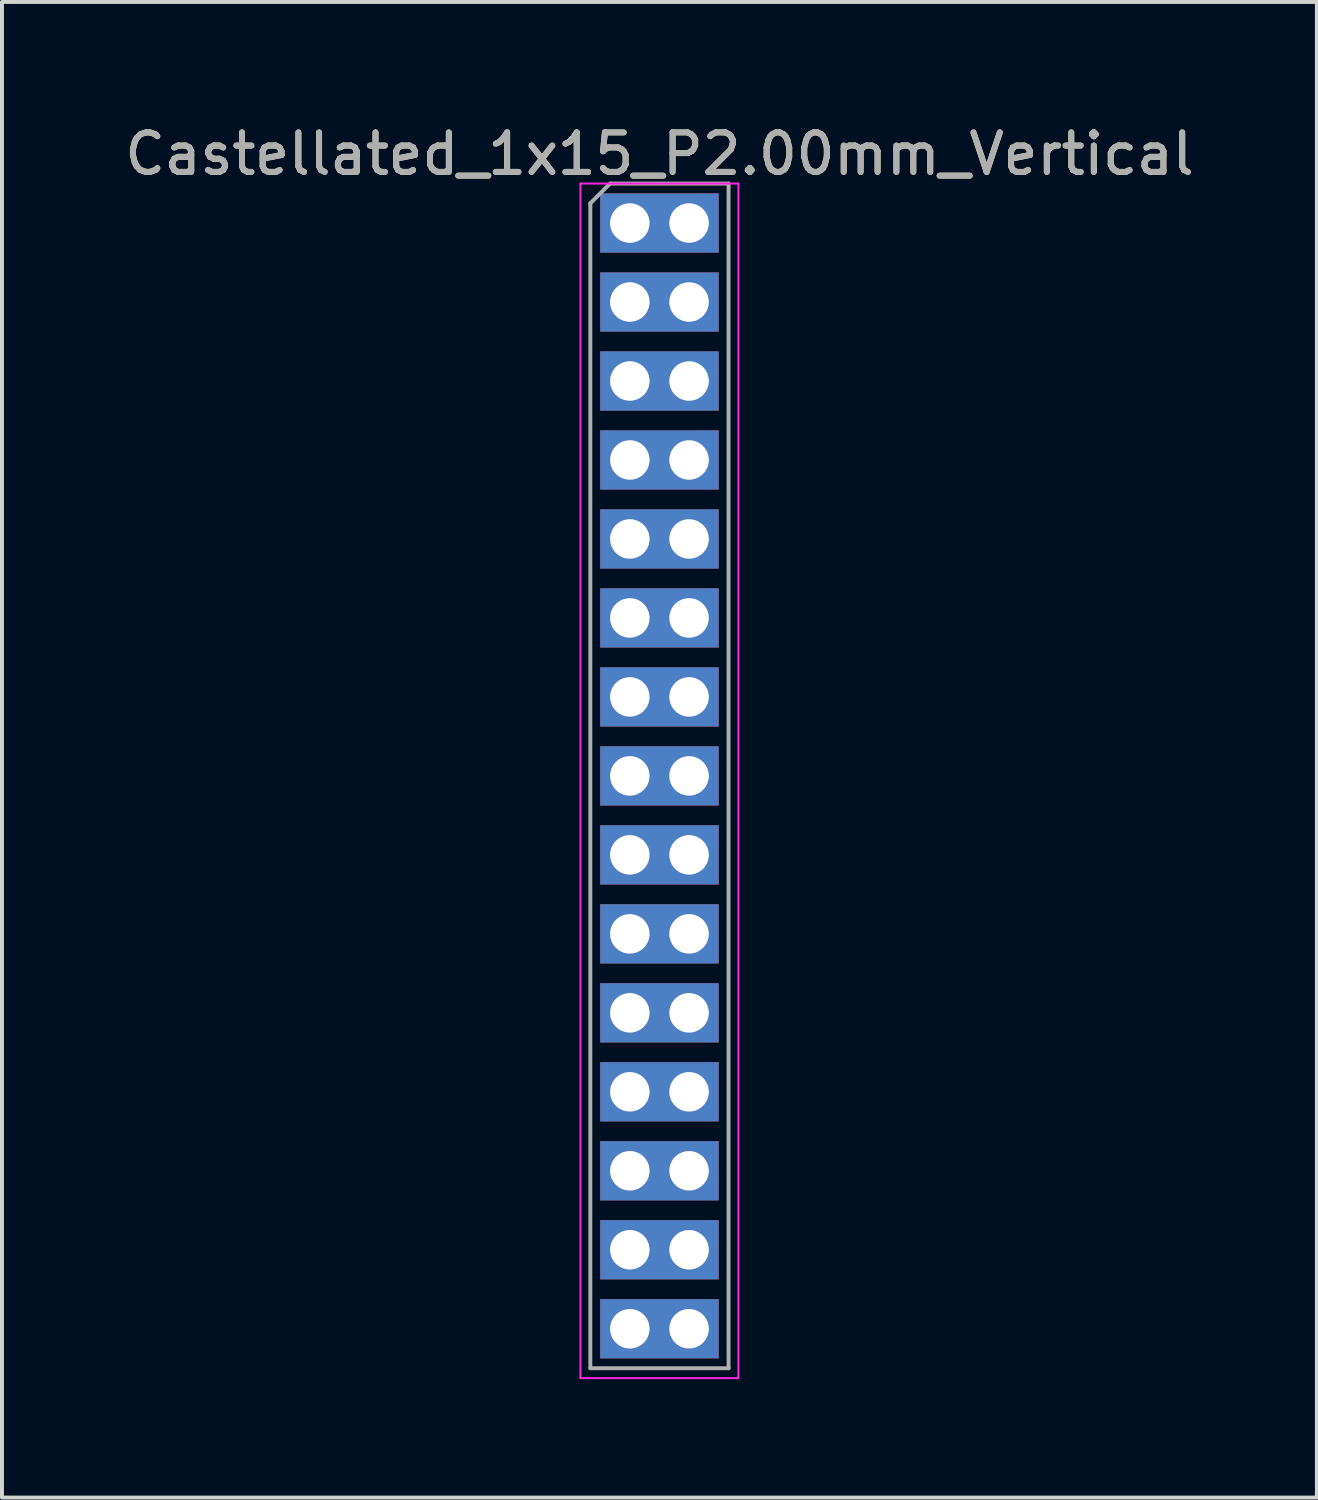
<source format=kicad_pcb>
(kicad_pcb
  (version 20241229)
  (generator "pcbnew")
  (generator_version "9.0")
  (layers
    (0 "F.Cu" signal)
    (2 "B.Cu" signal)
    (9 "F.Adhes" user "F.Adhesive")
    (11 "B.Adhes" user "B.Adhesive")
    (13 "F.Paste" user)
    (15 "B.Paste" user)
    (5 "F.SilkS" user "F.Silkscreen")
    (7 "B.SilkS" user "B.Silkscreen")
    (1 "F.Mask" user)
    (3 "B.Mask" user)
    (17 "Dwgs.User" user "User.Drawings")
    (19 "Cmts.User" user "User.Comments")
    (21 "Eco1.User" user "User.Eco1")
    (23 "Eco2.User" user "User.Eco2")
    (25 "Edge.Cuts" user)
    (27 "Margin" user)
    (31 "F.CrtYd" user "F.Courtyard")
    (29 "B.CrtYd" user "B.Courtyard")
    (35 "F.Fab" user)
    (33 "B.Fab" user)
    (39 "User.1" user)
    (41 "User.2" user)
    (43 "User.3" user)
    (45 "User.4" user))
  (footprint "Castellated_1x15_P2.00mm_Vertical"
    (layer "F.Cu")
    (at 12.899 2.598)
    (property "Reference" "Castellated_1x15_P2.00mm_Vertical" (at 0.75 -1.75 0) (layer "F.SilkS") (effects (font (size 1 1) (thickness 0.15))))
    (attr through_hole)
    (fp_line (start -1.25 -1) (end -1.25 29.25) (stroke (width 0.05) (type solid)) (layer "F.CrtYd"))
    (fp_line (start -1.25 29.25) (end 2.75 29.25) (stroke (width 0.05) (type solid)) (layer "F.CrtYd"))
    (fp_line (start 2.75 -1) (end -1.25 -1) (stroke (width 0.05) (type solid)) (layer "F.CrtYd"))
    (fp_line (start 2.75 29.25) (end 2.75 -1) (stroke (width 0.05) (type solid)) (layer "F.CrtYd"))
    (fp_line (start -1 -0.5) (end -0.5 -1) (stroke (width 0.1) (type solid)) (layer "F.Fab"))
    (fp_line (start -1 29) (end -1 -0.5) (stroke (width 0.1) (type solid)) (layer "F.Fab"))
    (fp_line (start -0.5 -1) (end 2.5 -1) (stroke (width 0.1) (type solid)) (layer "F.Fab"))
    (fp_line (start 2.5 -1) (end 2.5 29) (stroke (width 0.1) (type solid)) (layer "F.Fab"))
    (fp_line (start 2.5 29) (end -1 29) (stroke (width 0.1) (type solid)) (layer "F.Fab"))
    (fp_text user "${REFERENCE}" (at 0.75 -1.75 180) (layer "F.Fab") (effects (font (size 1 1) (thickness 0.15))))
    (pad "1" thru_hole circle (at 0 0) (size 1.35 1.35) (drill 1) (layers "*.Cu" "*.Mask"))
    (pad "1" smd rect (at 0.75 0) (size 3 1.5) (layers "F.Cu" "F.Mask"))
    (pad "1" smd rect (at 0.75 0) (size 3 1.5) (layers "B.Cu" "B.Mask"))
    (pad "1" thru_hole circle (at 1.5 0) (size 1.35 1.35) (drill 1) (layers "*.Cu" "*.Mask"))
    (pad "2" thru_hole oval (at 0 2) (size 1.35 1.35) (drill 1) (layers "*.Cu" "*.Mask"))
    (pad "2" smd rect (at 0.75 2) (size 3 1.5) (layers "F.Cu" "F.Mask"))
    (pad "2" smd rect (at 0.75 2) (size 3 1.5) (layers "B.Cu" "B.Mask"))
    (pad "2" thru_hole oval (at 1.5 2) (size 1.35 1.35) (drill 1) (layers "*.Cu" "*.Mask"))
    (pad "3" thru_hole oval (at 0 4) (size 1.35 1.35) (drill 1) (layers "*.Cu" "*.Mask"))
    (pad "3" smd rect (at 0.75 4) (size 3 1.5) (layers "F.Cu" "F.Mask"))
    (pad "3" smd rect (at 0.75 4) (size 3 1.5) (layers "B.Cu" "B.Mask"))
    (pad "3" thru_hole oval (at 1.5 4) (size 1.35 1.35) (drill 1) (layers "*.Cu" "*.Mask"))
    (pad "4" thru_hole oval (at 0 6) (size 1.35 1.35) (drill 1) (layers "*.Cu" "*.Mask"))
    (pad "4" smd rect (at 0.75 6) (size 3 1.5) (layers "F.Cu" "F.Mask"))
    (pad "4" smd rect (at 0.75 6 180) (size 3 1.5) (layers "B.Cu" "B.Mask"))
    (pad "4" thru_hole oval (at 1.5 6) (size 1.35 1.35) (drill 1) (layers "*.Cu" "*.Mask"))
    (pad "5" thru_hole oval (at 0 8) (size 1.35 1.35) (drill 1) (layers "*.Cu" "*.Mask"))
    (pad "5" smd rect (at 0.75 8) (size 3 1.5) (layers "F.Cu" "F.Mask"))
    (pad "5" smd rect (at 0.75 8 180) (size 3 1.5) (layers "B.Cu" "B.Mask"))
    (pad "5" thru_hole oval (at 1.5 8) (size 1.35 1.35) (drill 1) (layers "*.Cu" "*.Mask"))
    (pad "6" thru_hole oval (at 0 10) (size 1.35 1.35) (drill 1) (layers "*.Cu" "*.Mask"))
    (pad "6" smd rect (at 0.75 10) (size 3 1.5) (layers "F.Cu" "F.Mask"))
    (pad "6" smd rect (at 0.75 10 180) (size 3 1.5) (layers "B.Cu" "B.Mask"))
    (pad "6" thru_hole oval (at 1.5 10) (size 1.35 1.35) (drill 1) (layers "*.Cu" "*.Mask"))
    (pad "7" thru_hole oval (at 0 12) (size 1.35 1.35) (drill 1) (layers "*.Cu" "*.Mask"))
    (pad "7" smd rect (at 0.75 12) (size 3 1.5) (layers "F.Cu" "F.Mask"))
    (pad "7" smd rect (at 0.75 12 180) (size 3 1.5) (layers "B.Cu" "B.Mask"))
    (pad "7" thru_hole oval (at 1.5 12) (size 1.35 1.35) (drill 1) (layers "*.Cu" "*.Mask"))
    (pad "8" thru_hole oval (at 0 14) (size 1.35 1.35) (drill 1) (layers "*.Cu" "*.Mask"))
    (pad "8" smd rect (at 0.75 14) (size 3 1.5) (layers "F.Cu" "F.Mask"))
    (pad "8" smd rect (at 0.75 14 180) (size 3 1.5) (layers "B.Cu" "B.Mask"))
    (pad "8" thru_hole oval (at 1.5 14) (size 1.35 1.35) (drill 1) (layers "*.Cu" "*.Mask"))
    (pad "9" thru_hole oval (at 0 16) (size 1.35 1.35) (drill 1) (layers "*.Cu" "*.Mask"))
    (pad "9" smd rect (at 0.75 16) (size 3 1.5) (layers "F.Cu" "F.Mask"))
    (pad "9" smd rect (at 0.75 16 180) (size 3 1.5) (layers "B.Cu" "B.Mask"))
    (pad "9" thru_hole oval (at 1.5 16) (size 1.35 1.35) (drill 1) (layers "*.Cu" "*.Mask"))
    (pad "10" thru_hole oval (at 0 18) (size 1.35 1.35) (drill 1) (layers "*.Cu" "*.Mask"))
    (pad "10" smd rect (at 0.75 18) (size 3 1.5) (layers "F.Cu" "F.Mask"))
    (pad "10" smd rect (at 0.75 18 180) (size 3 1.5) (layers "B.Cu" "B.Mask"))
    (pad "10" thru_hole oval (at 1.5 18) (size 1.35 1.35) (drill 1) (layers "*.Cu" "*.Mask"))
    (pad "11" thru_hole oval (at 0 20) (size 1.35 1.35) (drill 1) (layers "*.Cu" "*.Mask"))
    (pad "11" smd rect (at 0.75 20) (size 3 1.5) (layers "F.Cu" "F.Mask"))
    (pad "11" smd rect (at 0.75 20 180) (size 3 1.5) (layers "B.Cu" "B.Mask"))
    (pad "11" thru_hole oval (at 1.5 20) (size 1.35 1.35) (drill 1) (layers "*.Cu" "*.Mask"))
    (pad "12" thru_hole oval (at 0 22) (size 1.35 1.35) (drill 1) (layers "*.Cu" "*.Mask"))
    (pad "12" smd rect (at 0.75 22) (size 3 1.5) (layers "F.Cu" "F.Mask"))
    (pad "12" smd rect (at 0.75 22 180) (size 3 1.5) (layers "B.Cu" "B.Mask"))
    (pad "12" thru_hole oval (at 1.5 22) (size 1.35 1.35) (drill 1) (layers "*.Cu" "*.Mask"))
    (pad "13" thru_hole oval (at 0 24) (size 1.35 1.35) (drill 1) (layers "*.Cu" "*.Mask"))
    (pad "13" smd rect (at 0.75 24) (size 3 1.5) (layers "F.Cu" "F.Mask"))
    (pad "13" smd rect (at 0.75 24 180) (size 3 1.5) (layers "B.Cu" "B.Mask"))
    (pad "13" thru_hole oval (at 1.5 24) (size 1.35 1.35) (drill 1) (layers "*.Cu" "*.Mask"))
    (pad "14" thru_hole oval (at 0 26) (size 1.35 1.35) (drill 1) (layers "*.Cu" "*.Mask"))
    (pad "14" smd rect (at 0.75 26) (size 3 1.5) (layers "F.Cu" "F.Mask"))
    (pad "14" smd rect (at 0.75 26 180) (size 3 1.5) (layers "B.Cu" "B.Mask"))
    (pad "14" thru_hole oval (at 1.5 26) (size 1.35 1.35) (drill 1) (layers "*.Cu" "*.Mask"))
    (pad "15" thru_hole oval (at 0 28) (size 1.35 1.35) (drill 1) (layers "*.Cu" "*.Mask"))
    (pad "15" smd rect (at 0.75 28) (size 3 1.5) (layers "F.Cu" "F.Mask"))
    (pad "15" smd rect (at 0.75 28 180) (size 3 1.5) (layers "B.Cu" "B.Mask"))
    (pad "15" thru_hole oval (at 1.5 28) (size 1.35 1.35) (drill 1) (layers "*.Cu" "*.Mask")))
  (gr_rect
    (start -3 -3)
    (end 30.298 34.873)
    (stroke (width 0.1) (type default))
    (fill no)
    (layer "Edge.Cuts")))
</source>
